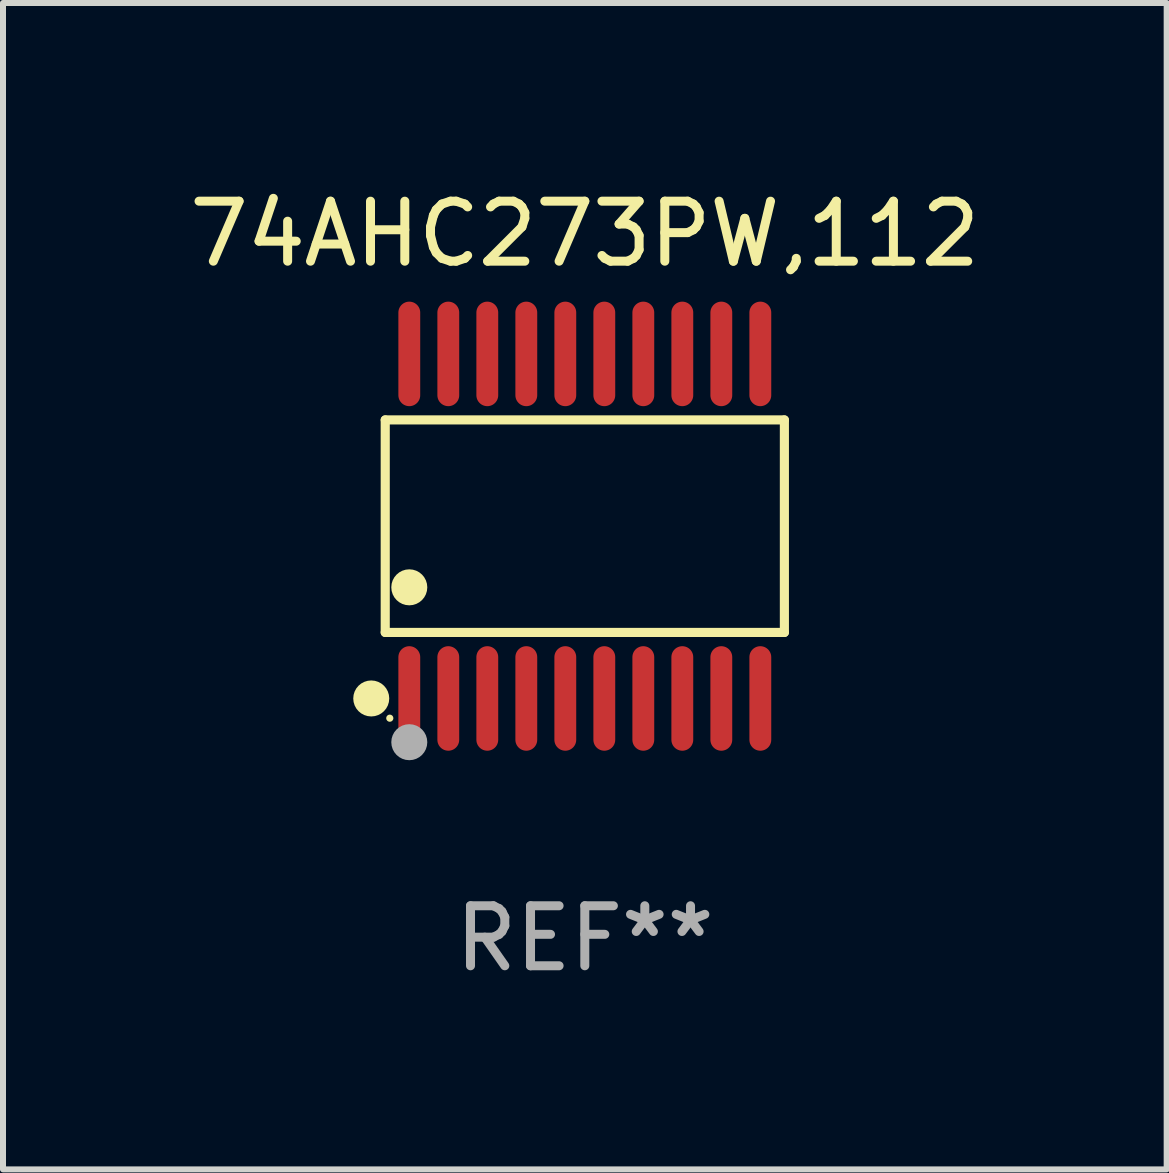
<source format=kicad_pcb>
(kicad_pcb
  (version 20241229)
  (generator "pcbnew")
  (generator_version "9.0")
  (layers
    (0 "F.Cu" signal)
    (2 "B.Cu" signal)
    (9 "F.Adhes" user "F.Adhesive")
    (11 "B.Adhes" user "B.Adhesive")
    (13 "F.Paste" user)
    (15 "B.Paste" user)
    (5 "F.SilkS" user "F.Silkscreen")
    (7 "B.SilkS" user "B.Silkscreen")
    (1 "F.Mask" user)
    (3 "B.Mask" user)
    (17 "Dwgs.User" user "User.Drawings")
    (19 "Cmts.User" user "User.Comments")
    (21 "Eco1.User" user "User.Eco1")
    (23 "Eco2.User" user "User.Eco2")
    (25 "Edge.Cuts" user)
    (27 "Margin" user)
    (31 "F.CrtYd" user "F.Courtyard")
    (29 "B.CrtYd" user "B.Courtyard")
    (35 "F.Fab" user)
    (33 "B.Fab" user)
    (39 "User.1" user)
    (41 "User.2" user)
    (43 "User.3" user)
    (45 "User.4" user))
  (footprint "74AHC273PW,112"
    (layer "F.Cu")
    (at 6.696 5.719)
    (property "Reference" "74AHC273PW,112" (at 0 -4.871 0) (layer "F.SilkS") (effects (font (size 1 1) (thickness 0.15))))
    (attr through_hole)
    (fp_line (start -3.326 -1.771) (end 3.326 -1.771) (stroke (width 0.152) (type solid)) (layer "F.SilkS"))
    (fp_line (start -3.326 1.771) (end -3.326 -1.771) (stroke (width 0.152) (type solid)) (layer "F.SilkS"))
    (fp_line (start 3.326 -1.771) (end 3.326 1.771) (stroke (width 0.152) (type solid)) (layer "F.SilkS"))
    (fp_line (start 3.326 1.771) (end -3.326 1.771) (stroke (width 0.152) (type solid)) (layer "F.SilkS"))
    (fp_circle (center -3.559 2.871) (end -3.409 2.871) (stroke (width 0.3) (type solid)) (fill no) (layer "F.SilkS"))
    (fp_circle (center -3.25 3.2) (end -3.22 3.2) (stroke (width 0.06) (type solid)) (fill no) (layer "F.SilkS"))
    (fp_circle (center -2.925 1.019) (end -2.775 1.019) (stroke (width 0.3) (type solid)) (fill no) (layer "F.SilkS"))
    (fp_circle (center -2.925 3.6) (end -2.775 3.6) (stroke (width 0.3) (type solid)) (fill no) (layer "F.Fab"))
    (fp_text user "REF**" (at 0 6.871 0) (layer "F.Fab") (effects (font (size 1 1) (thickness 0.15))))
    (pad "1" smd oval (at -2.925 2.871) (size 0.364 1.742) (layers "F.Cu" "F.Mask" "F.Paste"))
    (pad "2" smd oval (at -2.275 2.871) (size 0.364 1.742) (layers "F.Cu" "F.Mask" "F.Paste"))
    (pad "3" smd oval (at -1.625 2.871) (size 0.364 1.742) (layers "F.Cu" "F.Mask" "F.Paste"))
    (pad "4" smd oval (at -0.975 2.871) (size 0.364 1.742) (layers "F.Cu" "F.Mask" "F.Paste"))
    (pad "5" smd oval (at -0.325 2.871) (size 0.364 1.742) (layers "F.Cu" "F.Mask" "F.Paste"))
    (pad "6" smd oval (at 0.325 2.871) (size 0.364 1.742) (layers "F.Cu" "F.Mask" "F.Paste"))
    (pad "7" smd oval (at 0.975 2.871) (size 0.364 1.742) (layers "F.Cu" "F.Mask" "F.Paste"))
    (pad "8" smd oval (at 1.625 2.871) (size 0.364 1.742) (layers "F.Cu" "F.Mask" "F.Paste"))
    (pad "9" smd oval (at 2.275 2.871) (size 0.364 1.742) (layers "F.Cu" "F.Mask" "F.Paste"))
    (pad "10" smd oval (at 2.925 2.871) (size 0.364 1.742) (layers "F.Cu" "F.Mask" "F.Paste"))
    (pad "11" smd oval (at 2.925 -2.871) (size 0.364 1.742) (layers "F.Cu" "F.Mask" "F.Paste"))
    (pad "12" smd oval (at 2.275 -2.871) (size 0.364 1.742) (layers "F.Cu" "F.Mask" "F.Paste"))
    (pad "13" smd oval (at 1.625 -2.871) (size 0.364 1.742) (layers "F.Cu" "F.Mask" "F.Paste"))
    (pad "14" smd oval (at 0.975 -2.871) (size 0.364 1.742) (layers "F.Cu" "F.Mask" "F.Paste"))
    (pad "15" smd oval (at 0.325 -2.871) (size 0.364 1.742) (layers "F.Cu" "F.Mask" "F.Paste"))
    (pad "16" smd oval (at -0.325 -2.871) (size 0.364 1.742) (layers "F.Cu" "F.Mask" "F.Paste"))
    (pad "17" smd oval (at -0.975 -2.871) (size 0.364 1.742) (layers "F.Cu" "F.Mask" "F.Paste"))
    (pad "18" smd oval (at -1.625 -2.871) (size 0.364 1.742) (layers "F.Cu" "F.Mask" "F.Paste"))
    (pad "19" smd oval (at -2.275 -2.871) (size 0.364 1.742) (layers "F.Cu" "F.Mask" "F.Paste"))
    (pad "20" smd oval (at -2.925 -2.871) (size 0.364 1.742) (layers "F.Cu" "F.Mask" "F.Paste")))
  (gr_rect
    (start -3 -3)
    (end 16.393 16.438)
    (stroke (width 0.1) (type default))
    (fill no)
    (layer "Edge.Cuts")))
</source>
